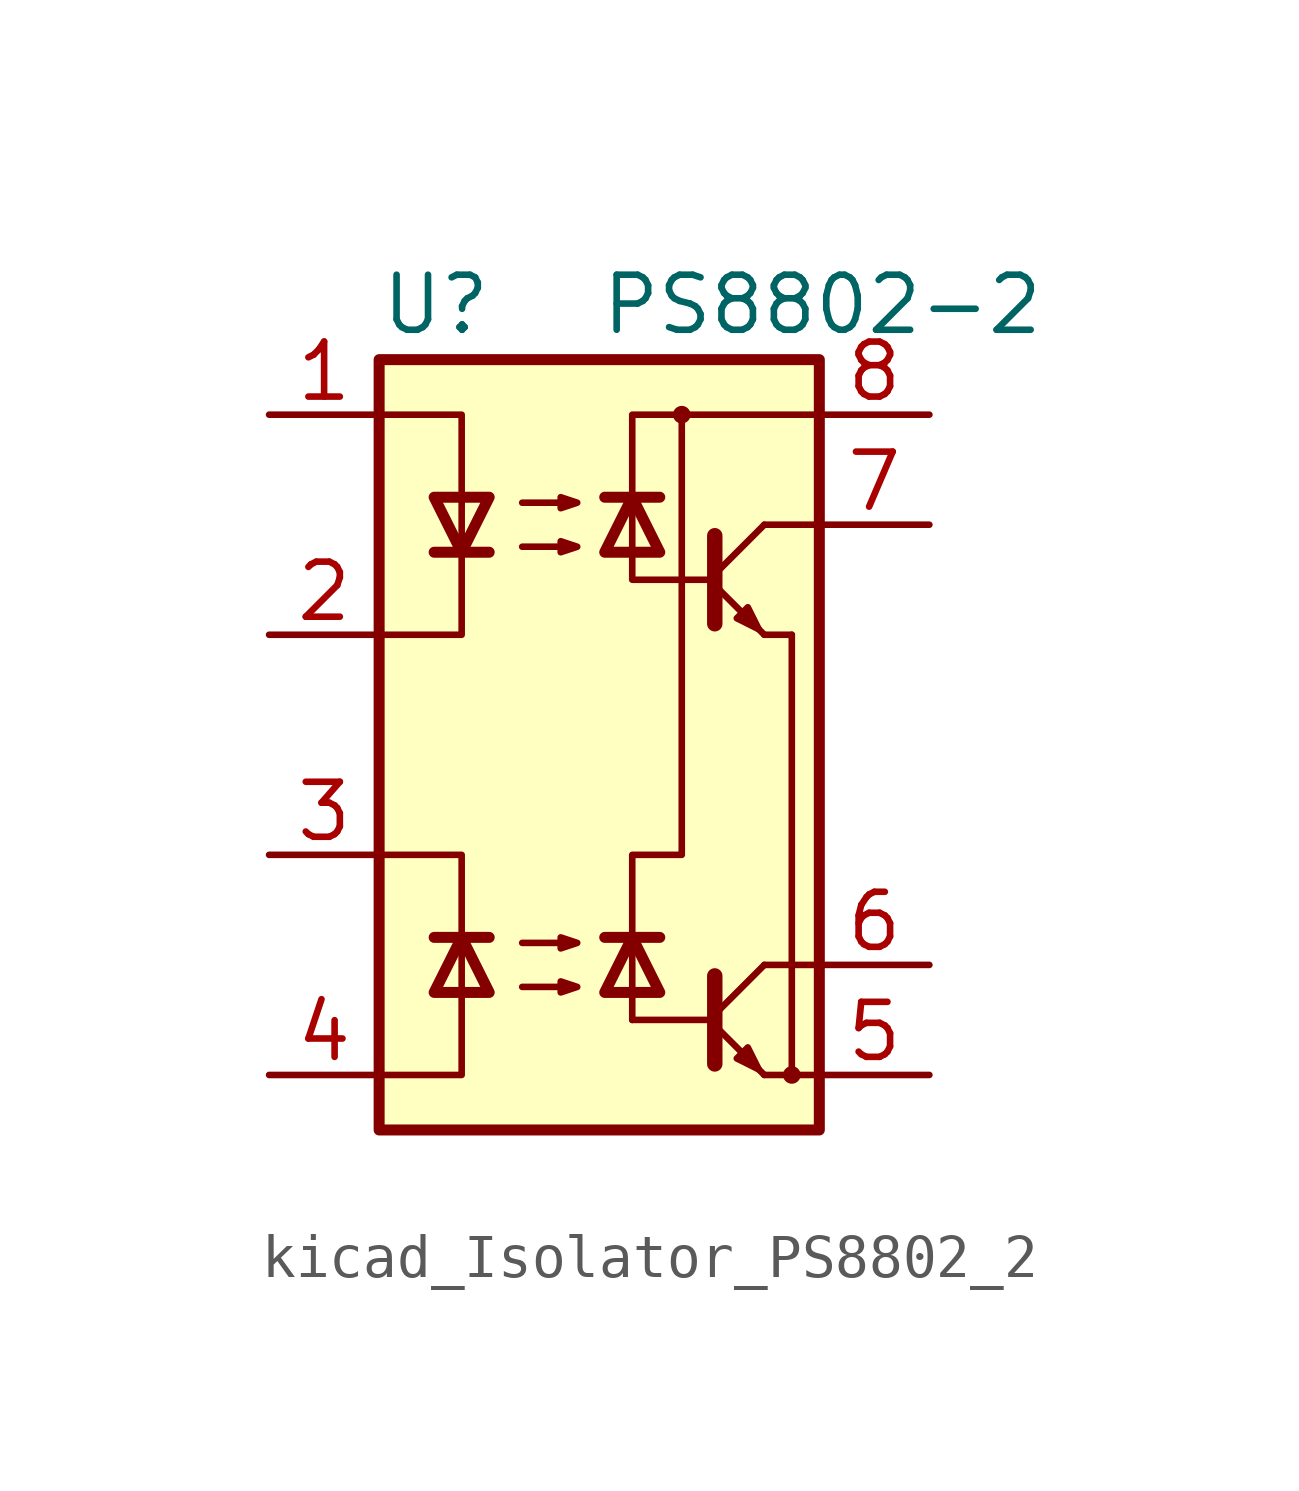
<source format=kicad_sym>
(kicad_symbol_lib
  (version 20220914)
  (generator kicad_symbol_editor)
  (symbol "kicad_Isolator_PS8802_2"
    (pin_names hide)
    (property "Reference" "U"
      (at -5.08 10.16 0)
      (effects (font (size 1.27 1.27)) (justify left)))
    (property "Value" "PS8802-2"
      (at 0 10.16 0)
      (effects (font (size 1.27 1.27)) (justify left)))
    (symbol "kicad_Isolator_PS8802_2_0_1"
      (rectangle (start -5.08 8.89) (end 5.08 -8.89) (stroke (width 0.254) (type default)) (fill (type background)))
      (polyline (pts (xy -3.81 -4.445) (xy -2.54 -4.445)) (stroke (width 0.254) (type default)) (fill (type none)))
      (polyline (pts (xy -3.81 4.445) (xy -2.54 4.445)) (stroke (width 0.254) (type default)) (fill (type none)))
      (polyline (pts (xy 0.762 -6.35) (xy 0.762 -5.715)) (stroke (width 0) (type default)) (fill (type none)))
      (polyline (pts (xy 1.397 -4.445) (xy 0.127 -4.445)) (stroke (width 0.254) (type default)) (fill (type none)))
      (polyline (pts (xy 1.397 5.715) (xy 0.127 5.715)) (stroke (width 0.254) (type default)) (fill (type none)))
      (polyline (pts (xy 2.667 -6.477) (xy 3.81 -7.62)) (stroke (width 0) (type default)) (fill (type none)))
      (polyline (pts (xy 2.667 -6.223) (xy 3.81 -5.08)) (stroke (width 0) (type default)) (fill (type none)))
      (polyline (pts (xy 2.667 3.683) (xy 3.81 2.54)) (stroke (width 0) (type default)) (fill (type none)))
      (polyline (pts (xy 2.667 3.937) (xy 3.81 5.08)) (stroke (width 0) (type default)) (fill (type none)))
      (polyline (pts (xy 3.81 -7.62) (xy 5.08 -7.62)) (stroke (width 0) (type default)) (fill (type none)))
      (polyline (pts (xy 3.81 -5.08) (xy 5.08 -5.08)) (stroke (width 0) (type default)) (fill (type none)))
      (polyline (pts (xy 3.81 2.54) (xy 4.445 2.54)) (stroke (width 0) (type default)) (fill (type none)))
      (polyline (pts (xy 3.81 5.08) (xy 5.08 5.08)) (stroke (width 0) (type default)) (fill (type none)))
      (polyline (pts (xy 4.445 2.54) (xy 4.445 -7.62)) (stroke (width 0) (type default)) (fill (type none)))
      (polyline (pts (xy 0.762 -6.35) (xy 1.905 -6.35) (xy 2.54 -6.35)) (stroke (width 0) (type default)) (fill (type none)))
      (polyline (pts (xy 0.762 4.445) (xy 0.762 7.62) (xy 5.08 7.62)) (stroke (width 0) (type default)) (fill (type none)))
      (polyline (pts (xy 2.667 -5.334) (xy 2.667 -7.366) (xy 2.667 -7.366)) (stroke (width 0.356) (type default)) (fill (type none)))
      (polyline (pts (xy 2.667 4.826) (xy 2.667 2.794) (xy 2.667 2.794)) (stroke (width 0.356) (type default)) (fill (type none)))
      (polyline (pts (xy -5.08 -2.54) (xy -3.175 -2.54) (xy -3.175 -7.62) (xy -5.08 -7.62)) (stroke (width 0) (type default)) (fill (type none)))
      (polyline (pts (xy -5.08 2.54) (xy -3.175 2.54) (xy -3.175 7.62) (xy -5.08 7.62)) (stroke (width 0) (type default)) (fill (type none)))
      (polyline (pts (xy -3.175 -4.445) (xy -3.81 -5.715) (xy -2.54 -5.715) (xy -3.175 -4.445)) (stroke (width 0.254) (type default)) (fill (type none)))
      (polyline (pts (xy -3.175 4.445) (xy -3.81 5.715) (xy -2.54 5.715) (xy -3.175 4.445)) (stroke (width 0.254) (type default)) (fill (type none)))
      (polyline (pts (xy 0.762 -5.715) (xy 0.762 -2.54) (xy 1.905 -2.54) (xy 1.905 7.62)) (stroke (width 0) (type default)) (fill (type none)))
      (polyline (pts (xy 0.762 -4.445) (xy 1.397 -5.715) (xy 0.127 -5.715) (xy 0.762 -4.445)) (stroke (width 0.254) (type default)) (fill (type none)))
      (polyline (pts (xy 0.762 4.445) (xy 0.762 3.81) (xy 1.905 3.81) (xy 2.54 3.81)) (stroke (width 0) (type default)) (fill (type none)))
      (polyline (pts (xy 0.762 5.715) (xy 1.397 4.445) (xy 0.127 4.445) (xy 0.762 5.715)) (stroke (width 0.254) (type default)) (fill (type none)))
      (polyline (pts (xy 3.683 -7.493) (xy 3.429 -6.985) (xy 3.175 -7.239) (xy 3.683 -7.493)) (stroke (width 0) (type default)) (fill (type none)))
      (polyline (pts (xy 3.683 2.667) (xy 3.429 3.175) (xy 3.175 2.921) (xy 3.683 2.667)) (stroke (width 0) (type default)) (fill (type none)))
      (polyline (pts (xy -1.778 -5.588) (xy -0.508 -5.588) (xy -0.889 -5.715) (xy -0.889 -5.461) (xy -0.508 -5.588)) (stroke (width 0) (type default)) (fill (type none)))
      (polyline (pts (xy -1.778 -4.572) (xy -0.508 -4.572) (xy -0.889 -4.699) (xy -0.889 -4.445) (xy -0.508 -4.572)) (stroke (width 0) (type default)) (fill (type none)))
      (polyline (pts (xy -1.778 4.572) (xy -0.508 4.572) (xy -0.889 4.445) (xy -0.889 4.699) (xy -0.508 4.572)) (stroke (width 0) (type default)) (fill (type none)))
      (polyline (pts (xy -1.778 5.588) (xy -0.508 5.588) (xy -0.889 5.461) (xy -0.889 5.715) (xy -0.508 5.588)) (stroke (width 0) (type default)) (fill (type none)))
      (circle (center 1.905 7.62) (radius 0.127) (stroke (width 0) (type default)) (fill (type none)))
      (circle (center 4.445 -7.62) (radius 0.127) (stroke (width 0) (type default)) (fill (type none))))
    (symbol "kicad_Isolator_PS8802_2_1_1"
      (pin passive line (at -7.62 7.62 0) (length 2.54) (name "A1" (effects (font (size 1.27 1.27)))) (number "1" (effects (font (size 1.27 1.27)))))
      (pin passive line (at -7.62 2.54 0) (length 2.54) (name "C1" (effects (font (size 1.27 1.27)))) (number "2" (effects (font (size 1.27 1.27)))))
      (pin passive line (at -7.62 -2.54 0) (length 2.54) (name "C2" (effects (font (size 1.27 1.27)))) (number "3" (effects (font (size 1.27 1.27)))))
      (pin passive line (at -7.62 -7.62 0) (length 2.54) (name "A2" (effects (font (size 1.27 1.27)))) (number "4" (effects (font (size 1.27 1.27)))))
      (pin passive line (at 7.62 -7.62 180) (length 2.54) (name "GND" (effects (font (size 1.27 1.27)))) (number "5" (effects (font (size 1.27 1.27)))))
      (pin passive line (at 7.62 -5.08 180) (length 2.54) (name "VO2" (effects (font (size 1.27 1.27)))) (number "6" (effects (font (size 1.27 1.27)))))
      (pin passive line (at 7.62 5.08 180) (length 2.54) (name "VO1" (effects (font (size 1.27 1.27)))) (number "7" (effects (font (size 1.27 1.27)))))
      (pin passive line (at 7.62 7.62 180) (length 2.54) (name "VCC" (effects (font (size 1.27 1.27)))) (number "8" (effects (font (size 1.27 1.27))))))))
</source>
